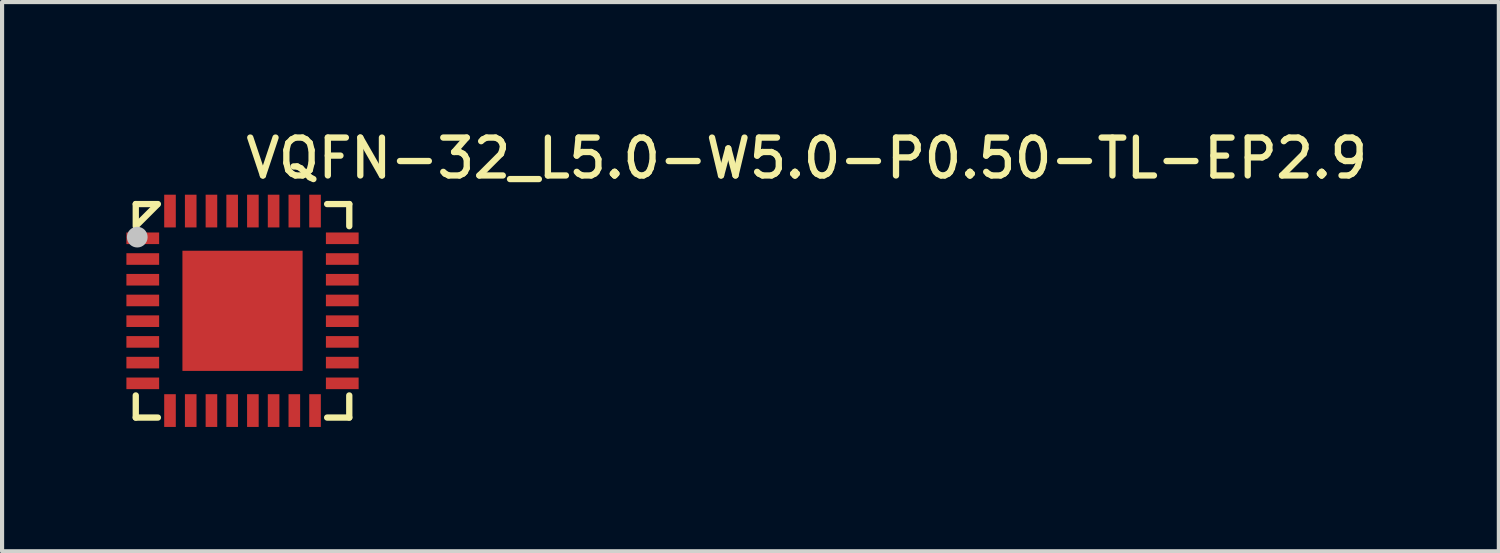
<source format=kicad_pcb>
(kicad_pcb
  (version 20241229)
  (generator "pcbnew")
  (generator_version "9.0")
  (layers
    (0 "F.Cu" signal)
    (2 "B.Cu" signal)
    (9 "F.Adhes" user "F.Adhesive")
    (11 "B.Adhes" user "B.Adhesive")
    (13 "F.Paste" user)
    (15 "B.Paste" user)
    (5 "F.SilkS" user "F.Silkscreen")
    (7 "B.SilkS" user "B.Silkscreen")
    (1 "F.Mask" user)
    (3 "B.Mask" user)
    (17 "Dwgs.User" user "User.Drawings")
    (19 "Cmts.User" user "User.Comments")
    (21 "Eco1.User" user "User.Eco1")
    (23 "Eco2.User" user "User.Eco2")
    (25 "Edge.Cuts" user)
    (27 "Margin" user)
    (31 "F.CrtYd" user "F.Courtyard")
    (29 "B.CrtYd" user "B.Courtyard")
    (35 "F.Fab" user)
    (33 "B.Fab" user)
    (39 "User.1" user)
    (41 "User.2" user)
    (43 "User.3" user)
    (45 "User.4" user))
  (footprint "VQFN-32_L5.0-W5.0-P0.50-TL-EP2.9"
    (layer "F.Cu")
    (at 2.802 4.45)
    (property "Reference" "VQFN-32_L5.0-W5.0-P0.50-TL-EP2.9" (at 0 -4.216 0) (layer "F.SilkS") (effects (font (size 0.914 0.914) (thickness 0.152)) (justify left top)))
    (fp_line (start -2.576 -2.576) (end -2.042 -2.576) (stroke (width 0.152) (type default)) (layer "F.SilkS"))
    (fp_line (start -2.576 -2.042) (end -2.576 -2.576) (stroke (width 0.152) (type default)) (layer "F.SilkS"))
    (fp_line (start -2.576 2.042) (end -2.576 2.576) (stroke (width 0.152) (type default)) (layer "F.SilkS"))
    (fp_line (start -2.576 2.576) (end -2.042 2.576) (stroke (width 0.152) (type default)) (layer "F.SilkS"))
    (fp_line (start -2.07 -2.549) (end -2.549 -2.07) (stroke (width 0.152) (type default)) (layer "F.SilkS"))
    (fp_line (start 2.576 -2.576) (end 2.042 -2.576) (stroke (width 0.152) (type default)) (layer "F.SilkS"))
    (fp_line (start 2.576 -2.042) (end 2.576 -2.576) (stroke (width 0.152) (type default)) (layer "F.SilkS"))
    (fp_line (start 2.576 2.042) (end 2.576 2.576) (stroke (width 0.152) (type default)) (layer "F.SilkS"))
    (fp_line (start 2.576 2.576) (end 2.042 2.576) (stroke (width 0.152) (type default)) (layer "F.SilkS"))
    (fp_circle (center -2.54 -1.778) (end -2.415 -1.778) (stroke (width 0.25) (type default)) (fill no) (layer "Dwgs.User"))
    (fp_circle (center -2.5 -2.5) (end -2.47 -2.5) (stroke (width 0.06) (type default)) (fill no) (layer "User.5"))
    (pad "1" smd rect (at -2.407 -1.75) (size 0.79 0.28) (layers "F.Cu" "F.Mask" "F.Paste"))
    (pad "2" smd rect (at -2.407 -1.25) (size 0.79 0.28) (layers "F.Cu" "F.Mask" "F.Paste"))
    (pad "3" smd rect (at -2.407 -0.75) (size 0.79 0.28) (layers "F.Cu" "F.Mask" "F.Paste"))
    (pad "4" smd rect (at -2.407 -0.25) (size 0.79 0.28) (layers "F.Cu" "F.Mask" "F.Paste"))
    (pad "5" smd rect (at -2.407 0.25) (size 0.79 0.28) (layers "F.Cu" "F.Mask" "F.Paste"))
    (pad "6" smd rect (at -2.407 0.75) (size 0.79 0.28) (layers "F.Cu" "F.Mask" "F.Paste"))
    (pad "7" smd rect (at -2.407 1.25) (size 0.79 0.28) (layers "F.Cu" "F.Mask" "F.Paste"))
    (pad "8" smd rect (at -2.407 1.75) (size 0.79 0.28) (layers "F.Cu" "F.Mask" "F.Paste"))
    (pad "9" smd rect (at -1.75 2.407) (size 0.28 0.79) (layers "F.Cu" "F.Mask" "F.Paste"))
    (pad "10" smd rect (at -1.25 2.407) (size 0.28 0.79) (layers "F.Cu" "F.Mask" "F.Paste"))
    (pad "11" smd rect (at -0.75 2.407) (size 0.28 0.79) (layers "F.Cu" "F.Mask" "F.Paste"))
    (pad "12" smd rect (at -0.25 2.407) (size 0.28 0.79) (layers "F.Cu" "F.Mask" "F.Paste"))
    (pad "13" smd rect (at 0.25 2.407) (size 0.28 0.79) (layers "F.Cu" "F.Mask" "F.Paste"))
    (pad "14" smd rect (at 0.75 2.407) (size 0.28 0.79) (layers "F.Cu" "F.Mask" "F.Paste"))
    (pad "15" smd rect (at 1.25 2.407) (size 0.28 0.79) (layers "F.Cu" "F.Mask" "F.Paste"))
    (pad "16" smd rect (at 1.75 2.407) (size 0.28 0.79) (layers "F.Cu" "F.Mask" "F.Paste"))
    (pad "17" smd rect (at 2.407 1.75) (size 0.79 0.28) (layers "F.Cu" "F.Mask" "F.Paste"))
    (pad "18" smd rect (at 2.407 1.25) (size 0.79 0.28) (layers "F.Cu" "F.Mask" "F.Paste"))
    (pad "19" smd rect (at 2.407 0.75) (size 0.79 0.28) (layers "F.Cu" "F.Mask" "F.Paste"))
    (pad "20" smd rect (at 2.407 0.25) (size 0.79 0.28) (layers "F.Cu" "F.Mask" "F.Paste"))
    (pad "21" smd rect (at 2.407 -0.25) (size 0.79 0.28) (layers "F.Cu" "F.Mask" "F.Paste"))
    (pad "22" smd rect (at 2.407 -0.75) (size 0.79 0.28) (layers "F.Cu" "F.Mask" "F.Paste"))
    (pad "23" smd rect (at 2.407 -1.25) (size 0.79 0.28) (layers "F.Cu" "F.Mask" "F.Paste"))
    (pad "24" smd rect (at 2.407 -1.75) (size 0.79 0.28) (layers "F.Cu" "F.Mask" "F.Paste"))
    (pad "25" smd rect (at 1.75 -2.407) (size 0.28 0.79) (layers "F.Cu" "F.Mask" "F.Paste"))
    (pad "26" smd rect (at 1.25 -2.407) (size 0.28 0.79) (layers "F.Cu" "F.Mask" "F.Paste"))
    (pad "27" smd rect (at 0.75 -2.407) (size 0.28 0.79) (layers "F.Cu" "F.Mask" "F.Paste"))
    (pad "28" smd rect (at 0.25 -2.407) (size 0.28 0.79) (layers "F.Cu" "F.Mask" "F.Paste"))
    (pad "29" smd rect (at -0.25 -2.407) (size 0.28 0.79) (layers "F.Cu" "F.Mask" "F.Paste"))
    (pad "30" smd rect (at -0.75 -2.407) (size 0.28 0.79) (layers "F.Cu" "F.Mask" "F.Paste"))
    (pad "31" smd rect (at -1.25 -2.407) (size 0.28 0.79) (layers "F.Cu" "F.Mask" "F.Paste"))
    (pad "32" smd rect (at -1.75 -2.407) (size 0.28 0.79) (layers "F.Cu" "F.Mask" "F.Paste"))
    (pad "33" smd rect (at 0 0) (size 2.9 2.9) (layers "F.Cu" "F.Mask" "F.Paste"))
    (zone (net_name "") (layer "F.SilkS") (hatch edge 0.5) (priority 100) (connect_pads yes) (min_thickness 0) (filled_areas_thickness no) (fill yes) (polygon (pts (xy 0.76 1.873) (xy 0.226 2.407) (xy 0.226 1.873))) (filled_polygon (layer "F.SilkS") (island) (pts (xy 0.76 1.873) (xy 0.226 2.407) (xy 0.226 1.873))))
    (zone (net_name "") (layer "F.Paste") (hatch edge 0.5) (priority 100) (connect_pads yes) (min_thickness 0) (filled_areas_thickness no) (fill yes) (polygon (pts (xy 0.79 2.839) (xy 0.79 2.559) (xy 0 2.559) (xy 0 2.839))) (filled_polygon (layer "F.Paste") (island) (pts (xy 0.79 2.839) (xy 0.79 2.559) (xy 0 2.559) (xy 0 2.839))))
    (zone (net_name "") (layer "F.Paste") (hatch edge 0.5) (priority 100) (connect_pads yes) (min_thickness 0) (filled_areas_thickness no) (fill yes) (polygon (pts (xy 0.79 3.34) (xy 0.79 3.06) (xy 0 3.06) (xy 0 3.34))) (filled_polygon (layer "F.Paste") (island) (pts (xy 0.79 3.34) (xy 0.79 3.06) (xy 0 3.06) (xy 0 3.34))))
    (zone (net_name "") (layer "F.Paste") (hatch edge 0.5) (priority 100) (connect_pads yes) (min_thickness 0) (filled_areas_thickness no) (fill yes) (polygon (pts (xy 0.79 3.839) (xy 0.79 3.559) (xy 0 3.559) (xy 0 3.839))) (filled_polygon (layer "F.Paste") (island) (pts (xy 0.79 3.839) (xy 0.79 3.559) (xy 0 3.559) (xy 0 3.839))))
    (zone (net_name "") (layer "F.Paste") (hatch edge 0.5) (priority 100) (connect_pads yes) (min_thickness 0) (filled_areas_thickness no) (fill yes) (polygon (pts (xy 0.79 4.34) (xy 0.79 4.06) (xy 0 4.06) (xy 0 4.34))) (filled_polygon (layer "F.Paste") (island) (pts (xy 0.79 4.34) (xy 0.79 4.06) (xy 0 4.06) (xy 0 4.34))))
    (zone (net_name "") (layer "F.Paste") (hatch edge 0.5) (priority 100) (connect_pads yes) (min_thickness 0) (filled_areas_thickness no) (fill yes) (polygon (pts (xy 0.79 4.839) (xy 0.79 4.559) (xy 0 4.559) (xy 0 4.839))) (filled_polygon (layer "F.Paste") (island) (pts (xy 0.79 4.839) (xy 0.79 4.559) (xy 0 4.559) (xy 0 4.839))))
    (zone (net_name "") (layer "F.Paste") (hatch edge 0.5) (priority 100) (connect_pads yes) (min_thickness 0) (filled_areas_thickness no) (fill yes) (polygon (pts (xy 0.79 5.34) (xy 0.79 5.06) (xy 0 5.06) (xy 0 5.34))) (filled_polygon (layer "F.Paste") (island) (pts (xy 0.79 5.34) (xy 0.79 5.06) (xy 0 5.06) (xy 0 5.34))))
    (zone (net_name "") (layer "F.Paste") (hatch edge 0.5) (priority 100) (connect_pads yes) (min_thickness 0) (filled_areas_thickness no) (fill yes) (polygon (pts (xy 0.79 5.839) (xy 0.79 5.559) (xy 0 5.559) (xy 0 5.839))) (filled_polygon (layer "F.Paste") (island) (pts (xy 0.79 5.839) (xy 0.79 5.559) (xy 0 5.559) (xy 0 5.839))))
    (zone (net_name "") (layer "F.Paste") (hatch edge 0.5) (priority 100) (connect_pads yes) (min_thickness 0) (filled_areas_thickness no) (fill yes) (polygon (pts (xy 0.79 6.34) (xy 0.79 6.06) (xy 0 6.06) (xy 0 6.34))) (filled_polygon (layer "F.Paste") (island) (pts (xy 0.79 6.34) (xy 0.79 6.06) (xy 0 6.06) (xy 0 6.34))))
    (zone (net_name "") (layer "F.Paste") (hatch edge 0.5) (priority 100) (connect_pads yes) (min_thickness 0) (filled_areas_thickness no) (fill yes) (polygon (pts (xy 1.192 1.647) (xy 0.912 1.647) (xy 0.912 2.437) (xy 1.192 2.437))) (filled_polygon (layer "F.Paste") (island) (pts (xy 1.192 1.647) (xy 0.912 1.647) (xy 0.912 2.437) (xy 1.192 2.437))))
    (zone (net_name "") (layer "F.Paste") (hatch edge 0.5) (priority 100) (connect_pads yes) (min_thickness 0) (filled_areas_thickness no) (fill yes) (polygon (pts (xy 1.192 6.462) (xy 0.912 6.462) (xy 0.912 7.252) (xy 1.192 7.252))) (filled_polygon (layer "F.Paste") (island) (pts (xy 1.192 6.462) (xy 0.912 6.462) (xy 0.912 7.252) (xy 1.192 7.252))))
    (zone (net_name "") (layer "F.Paste") (hatch edge 0.5) (priority 100) (connect_pads yes) (min_thickness 0) (filled_areas_thickness no) (fill yes) (polygon (pts (xy 1.642 3.29) (xy 3.962 3.29) (xy 3.962 5.61) (xy 1.642 5.61))) (filled_polygon (layer "F.Paste") (island) (pts (xy 1.642 3.29) (xy 3.962 3.29) (xy 3.962 5.61) (xy 1.642 5.61))))
    (zone (net_name "") (layer "F.Paste") (hatch edge 0.5) (priority 100) (connect_pads yes) (min_thickness 0) (filled_areas_thickness no) (fill yes) (polygon (pts (xy 1.692 1.647) (xy 1.413 1.647) (xy 1.413 2.437) (xy 1.692 2.437))) (filled_polygon (layer "F.Paste") (island) (pts (xy 1.692 1.647) (xy 1.413 1.647) (xy 1.413 2.437) (xy 1.692 2.437))))
    (zone (net_name "") (layer "F.Paste") (hatch edge 0.5) (priority 100) (connect_pads yes) (min_thickness 0) (filled_areas_thickness no) (fill yes) (polygon (pts (xy 1.692 6.462) (xy 1.413 6.462) (xy 1.413 7.252) (xy 1.692 7.252))) (filled_polygon (layer "F.Paste") (island) (pts (xy 1.692 6.462) (xy 1.413 6.462) (xy 1.413 7.252) (xy 1.692 7.252))))
    (zone (net_name "") (layer "F.Paste") (hatch edge 0.5) (priority 100) (connect_pads yes) (min_thickness 0) (filled_areas_thickness no) (fill yes) (polygon (pts (xy 2.192 1.647) (xy 1.912 1.647) (xy 1.912 2.437) (xy 2.192 2.437))) (filled_polygon (layer "F.Paste") (island) (pts (xy 2.192 1.647) (xy 1.912 1.647) (xy 1.912 2.437) (xy 2.192 2.437))))
    (zone (net_name "") (layer "F.Paste") (hatch edge 0.5) (priority 100) (connect_pads yes) (min_thickness 0) (filled_areas_thickness no) (fill yes) (polygon (pts (xy 2.192 6.462) (xy 1.912 6.462) (xy 1.912 7.252) (xy 2.192 7.252))) (filled_polygon (layer "F.Paste") (island) (pts (xy 2.192 6.462) (xy 1.912 6.462) (xy 1.912 7.252) (xy 2.192 7.252))))
    (zone (net_name "") (layer "F.Paste") (hatch edge 0.5) (priority 100) (connect_pads yes) (min_thickness 0) (filled_areas_thickness no) (fill yes) (polygon (pts (xy 2.692 1.647) (xy 2.413 1.647) (xy 2.413 2.437) (xy 2.692 2.437))) (filled_polygon (layer "F.Paste") (island) (pts (xy 2.692 1.647) (xy 2.413 1.647) (xy 2.413 2.437) (xy 2.692 2.437))))
    (zone (net_name "") (layer "F.Paste") (hatch edge 0.5) (priority 100) (connect_pads yes) (min_thickness 0) (filled_areas_thickness no) (fill yes) (polygon (pts (xy 2.692 6.462) (xy 2.413 6.462) (xy 2.413 7.252) (xy 2.692 7.252))) (filled_polygon (layer "F.Paste") (island) (pts (xy 2.692 6.462) (xy 2.413 6.462) (xy 2.413 7.252) (xy 2.692 7.252))))
    (zone (net_name "") (layer "F.Paste") (hatch edge 0.5) (priority 100) (connect_pads yes) (min_thickness 0) (filled_areas_thickness no) (fill yes) (polygon (pts (xy 3.192 1.647) (xy 2.912 1.647) (xy 2.912 2.437) (xy 3.192 2.437))) (filled_polygon (layer "F.Paste") (island) (pts (xy 3.192 1.647) (xy 2.912 1.647) (xy 2.912 2.437) (xy 3.192 2.437))))
    (zone (net_name "") (layer "F.Paste") (hatch edge 0.5) (priority 100) (connect_pads yes) (min_thickness 0) (filled_areas_thickness no) (fill yes) (polygon (pts (xy 3.192 6.462) (xy 2.912 6.462) (xy 2.912 7.252) (xy 3.192 7.252))) (filled_polygon (layer "F.Paste") (island) (pts (xy 3.192 6.462) (xy 2.912 6.462) (xy 2.912 7.252) (xy 3.192 7.252))))
    (zone (net_name "") (layer "F.Paste") (hatch edge 0.5) (priority 100) (connect_pads yes) (min_thickness 0) (filled_areas_thickness no) (fill yes) (polygon (pts (xy 3.692 1.647) (xy 3.413 1.647) (xy 3.413 2.437) (xy 3.692 2.437))) (filled_polygon (layer "F.Paste") (island) (pts (xy 3.692 1.647) (xy 3.413 1.647) (xy 3.413 2.437) (xy 3.692 2.437))))
    (zone (net_name "") (layer "F.Paste") (hatch edge 0.5) (priority 100) (connect_pads yes) (min_thickness 0) (filled_areas_thickness no) (fill yes) (polygon (pts (xy 3.692 6.462) (xy 3.413 6.462) (xy 3.413 7.252) (xy 3.692 7.252))) (filled_polygon (layer "F.Paste") (island) (pts (xy 3.692 6.462) (xy 3.413 6.462) (xy 3.413 7.252) (xy 3.692 7.252))))
    (zone (net_name "") (layer "F.Paste") (hatch edge 0.5) (priority 100) (connect_pads yes) (min_thickness 0) (filled_areas_thickness no) (fill yes) (polygon (pts (xy 4.192 1.647) (xy 3.912 1.647) (xy 3.912 2.437) (xy 4.192 2.437))) (filled_polygon (layer "F.Paste") (island) (pts (xy 4.192 1.647) (xy 3.912 1.647) (xy 3.912 2.437) (xy 4.192 2.437))))
    (zone (net_name "") (layer "F.Paste") (hatch edge 0.5) (priority 100) (connect_pads yes) (min_thickness 0) (filled_areas_thickness no) (fill yes) (polygon (pts (xy 4.192 6.462) (xy 3.912 6.462) (xy 3.912 7.252) (xy 4.192 7.252))) (filled_polygon (layer "F.Paste") (island) (pts (xy 4.192 6.462) (xy 3.912 6.462) (xy 3.912 7.252) (xy 4.192 7.252))))
    (zone (net_name "") (layer "F.Paste") (hatch edge 0.5) (priority 100) (connect_pads yes) (min_thickness 0) (filled_areas_thickness no) (fill yes) (polygon (pts (xy 4.692 1.647) (xy 4.412 1.647) (xy 4.412 2.437) (xy 4.692 2.437))) (filled_polygon (layer "F.Paste") (island) (pts (xy 4.692 1.647) (xy 4.412 1.647) (xy 4.412 2.437) (xy 4.692 2.437))))
    (zone (net_name "") (layer "F.Paste") (hatch edge 0.5) (priority 100) (connect_pads yes) (min_thickness 0) (filled_areas_thickness no) (fill yes) (polygon (pts (xy 4.692 6.462) (xy 4.412 6.462) (xy 4.412 7.252) (xy 4.692 7.252))) (filled_polygon (layer "F.Paste") (island) (pts (xy 4.692 6.462) (xy 4.412 6.462) (xy 4.412 7.252) (xy 4.692 7.252))))
    (zone (net_name "") (layer "F.Paste") (hatch edge 0.5) (priority 100) (connect_pads yes) (min_thickness 0) (filled_areas_thickness no) (fill yes) (polygon (pts (xy 5.605 2.839) (xy 5.605 2.559) (xy 4.815 2.559) (xy 4.815 2.839))) (filled_polygon (layer "F.Paste") (island) (pts (xy 5.605 2.839) (xy 5.605 2.559) (xy 4.815 2.559) (xy 4.815 2.839))))
    (zone (net_name "") (layer "F.Paste") (hatch edge 0.5) (priority 100) (connect_pads yes) (min_thickness 0) (filled_areas_thickness no) (fill yes) (polygon (pts (xy 5.605 3.34) (xy 5.605 3.06) (xy 4.815 3.06) (xy 4.815 3.34))) (filled_polygon (layer "F.Paste") (island) (pts (xy 5.605 3.34) (xy 5.605 3.06) (xy 4.815 3.06) (xy 4.815 3.34))))
    (zone (net_name "") (layer "F.Paste") (hatch edge 0.5) (priority 100) (connect_pads yes) (min_thickness 0) (filled_areas_thickness no) (fill yes) (polygon (pts (xy 5.605 3.839) (xy 5.605 3.559) (xy 4.815 3.559) (xy 4.815 3.839))) (filled_polygon (layer "F.Paste") (island) (pts (xy 5.605 3.839) (xy 5.605 3.559) (xy 4.815 3.559) (xy 4.815 3.839))))
    (zone (net_name "") (layer "F.Paste") (hatch edge 0.5) (priority 100) (connect_pads yes) (min_thickness 0) (filled_areas_thickness no) (fill yes) (polygon (pts (xy 5.605 4.34) (xy 5.605 4.06) (xy 4.815 4.06) (xy 4.815 4.34))) (filled_polygon (layer "F.Paste") (island) (pts (xy 5.605 4.34) (xy 5.605 4.06) (xy 4.815 4.06) (xy 4.815 4.34))))
    (zone (net_name "") (layer "F.Paste") (hatch edge 0.5) (priority 100) (connect_pads yes) (min_thickness 0) (filled_areas_thickness no) (fill yes) (polygon (pts (xy 5.605 4.839) (xy 5.605 4.559) (xy 4.815 4.559) (xy 4.815 4.839))) (filled_polygon (layer "F.Paste") (island) (pts (xy 5.605 4.839) (xy 5.605 4.559) (xy 4.815 4.559) (xy 4.815 4.839))))
    (zone (net_name "") (layer "F.Paste") (hatch edge 0.5) (priority 100) (connect_pads yes) (min_thickness 0) (filled_areas_thickness no) (fill yes) (polygon (pts (xy 5.605 5.34) (xy 5.605 5.06) (xy 4.815 5.06) (xy 4.815 5.34))) (filled_polygon (layer "F.Paste") (island) (pts (xy 5.605 5.34) (xy 5.605 5.06) (xy 4.815 5.06) (xy 4.815 5.34))))
    (zone (net_name "") (layer "F.Paste") (hatch edge 0.5) (priority 100) (connect_pads yes) (min_thickness 0) (filled_areas_thickness no) (fill yes) (polygon (pts (xy 5.605 5.839) (xy 5.605 5.559) (xy 4.815 5.559) (xy 4.815 5.839))) (filled_polygon (layer "F.Paste") (island) (pts (xy 5.605 5.839) (xy 5.605 5.559) (xy 4.815 5.559) (xy 4.815 5.839))))
    (zone (net_name "") (layer "F.Paste") (hatch edge 0.5) (priority 100) (connect_pads yes) (min_thickness 0) (filled_areas_thickness no) (fill yes) (polygon (pts (xy 5.605 6.34) (xy 5.605 6.06) (xy 4.815 6.06) (xy 4.815 6.34))) (filled_polygon (layer "F.Paste") (island) (pts (xy 5.605 6.34) (xy 5.605 6.06) (xy 4.815 6.06) (xy 4.815 6.34))))
    (zone (net_name "") (layer "User.3") (hatch edge 0.5) (priority 100) (connect_pads yes) (min_thickness 0) (filled_areas_thickness no) (fill yes) (polygon (pts (xy 0.302 6.95) (xy 5.302 6.95) (xy 5.302 1.95) (xy 0.302 1.95))) (filled_polygon (layer "User.3") (island) (pts (xy 0.302 6.95) (xy 5.302 6.95) (xy 5.302 1.95) (xy 0.302 1.95))))
    (zone (net_name "") (layer "User.4") (hatch edge 0.5) (priority 100) (connect_pads yes) (min_thickness 0) (filled_areas_thickness no) (fill yes) (polygon (pts (xy 0.302 2.825) (xy 0.702 2.825) (xy 0.702 2.575) (xy 0.302 2.575))) (filled_polygon (layer "User.4") (island) (pts (xy 0.302 2.825) (xy 0.702 2.825) (xy 0.702 2.575) (xy 0.302 2.575))))
    (zone (net_name "") (layer "User.4") (hatch edge 0.5) (priority 100) (connect_pads yes) (min_thickness 0) (filled_areas_thickness no) (fill yes) (polygon (pts (xy 0.302 3.325) (xy 0.702 3.325) (xy 0.702 3.075) (xy 0.302 3.075))) (filled_polygon (layer "User.4") (island) (pts (xy 0.302 3.325) (xy 0.702 3.325) (xy 0.702 3.075) (xy 0.302 3.075))))
    (zone (net_name "") (layer "User.4") (hatch edge 0.5) (priority 100) (connect_pads yes) (min_thickness 0) (filled_areas_thickness no) (fill yes) (polygon (pts (xy 0.302 3.825) (xy 0.702 3.825) (xy 0.702 3.575) (xy 0.302 3.575))) (filled_polygon (layer "User.4") (island) (pts (xy 0.302 3.825) (xy 0.702 3.825) (xy 0.702 3.575) (xy 0.302 3.575))))
    (zone (net_name "") (layer "User.4") (hatch edge 0.5) (priority 100) (connect_pads yes) (min_thickness 0) (filled_areas_thickness no) (fill yes) (polygon (pts (xy 0.302 4.325) (xy 0.702 4.325) (xy 0.702 4.075) (xy 0.302 4.075))) (filled_polygon (layer "User.4") (island) (pts (xy 0.302 4.325) (xy 0.702 4.325) (xy 0.702 4.075) (xy 0.302 4.075))))
    (zone (net_name "") (layer "User.4") (hatch edge 0.5) (priority 100) (connect_pads yes) (min_thickness 0) (filled_areas_thickness no) (fill yes) (polygon (pts (xy 0.302 4.825) (xy 0.702 4.825) (xy 0.702 4.575) (xy 0.302 4.575))) (filled_polygon (layer "User.4") (island) (pts (xy 0.302 4.825) (xy 0.702 4.825) (xy 0.702 4.575) (xy 0.302 4.575))))
    (zone (net_name "") (layer "User.4") (hatch edge 0.5) (priority 100) (connect_pads yes) (min_thickness 0) (filled_areas_thickness no) (fill yes) (polygon (pts (xy 0.302 5.325) (xy 0.702 5.325) (xy 0.702 5.075) (xy 0.302 5.075))) (filled_polygon (layer "User.4") (island) (pts (xy 0.302 5.325) (xy 0.702 5.325) (xy 0.702 5.075) (xy 0.302 5.075))))
    (zone (net_name "") (layer "User.4") (hatch edge 0.5) (priority 100) (connect_pads yes) (min_thickness 0) (filled_areas_thickness no) (fill yes) (polygon (pts (xy 0.302 5.825) (xy 0.702 5.825) (xy 0.702 5.575) (xy 0.302 5.575))) (filled_polygon (layer "User.4") (island) (pts (xy 0.302 5.825) (xy 0.702 5.825) (xy 0.702 5.575) (xy 0.302 5.575))))
    (zone (net_name "") (layer "User.4") (hatch edge 0.5) (priority 100) (connect_pads yes) (min_thickness 0) (filled_areas_thickness no) (fill yes) (polygon (pts (xy 0.302 6.325) (xy 0.702 6.325) (xy 0.702 6.075) (xy 0.302 6.075))) (filled_polygon (layer "User.4") (island) (pts (xy 0.302 6.325) (xy 0.702 6.325) (xy 0.702 6.075) (xy 0.302 6.075))))
    (zone (net_name "") (layer "User.4") (hatch edge 0.5) (priority 100) (connect_pads yes) (min_thickness 0) (filled_areas_thickness no) (fill yes) (polygon (pts (xy 0.927 1.95) (xy 1.177 1.95) (xy 1.177 2.35) (xy 0.927 2.35))) (filled_polygon (layer "User.4") (island) (pts (xy 0.927 1.95) (xy 1.177 1.95) (xy 1.177 2.35) (xy 0.927 2.35))))
    (zone (net_name "") (layer "User.4") (hatch edge 0.5) (priority 100) (connect_pads yes) (min_thickness 0) (filled_areas_thickness no) (fill yes) (polygon (pts (xy 0.927 6.95) (xy 1.177 6.95) (xy 1.177 6.55) (xy 0.927 6.55))) (filled_polygon (layer "User.4") (island) (pts (xy 0.927 6.95) (xy 1.177 6.95) (xy 1.177 6.55) (xy 0.927 6.55))))
    (zone (net_name "") (layer "User.4") (hatch edge 0.5) (priority 100) (connect_pads yes) (min_thickness 0) (filled_areas_thickness no) (fill yes) (polygon (pts (xy 1.352 3) (xy 4.252 3) (xy 4.252 5.9) (xy 1.352 5.9))) (filled_polygon (layer "User.4") (island) (pts (xy 1.352 3) (xy 4.252 3) (xy 4.252 5.9) (xy 1.352 5.9))))
    (zone (net_name "") (layer "User.4") (hatch edge 0.5) (priority 100) (connect_pads yes) (min_thickness 0) (filled_areas_thickness no) (fill yes) (polygon (pts (xy 1.427 1.95) (xy 1.677 1.95) (xy 1.677 2.35) (xy 1.427 2.35))) (filled_polygon (layer "User.4") (island) (pts (xy 1.427 1.95) (xy 1.677 1.95) (xy 1.677 2.35) (xy 1.427 2.35))))
    (zone (net_name "") (layer "User.4") (hatch edge 0.5) (priority 100) (connect_pads yes) (min_thickness 0) (filled_areas_thickness no) (fill yes) (polygon (pts (xy 1.427 6.95) (xy 1.677 6.95) (xy 1.677 6.55) (xy 1.427 6.55))) (filled_polygon (layer "User.4") (island) (pts (xy 1.427 6.95) (xy 1.677 6.95) (xy 1.677 6.55) (xy 1.427 6.55))))
    (zone (net_name "") (layer "User.4") (hatch edge 0.5) (priority 100) (connect_pads yes) (min_thickness 0) (filled_areas_thickness no) (fill yes) (polygon (pts (xy 1.927 1.95) (xy 2.177 1.95) (xy 2.177 2.35) (xy 1.927 2.35))) (filled_polygon (layer "User.4") (island) (pts (xy 1.927 1.95) (xy 2.177 1.95) (xy 2.177 2.35) (xy 1.927 2.35))))
    (zone (net_name "") (layer "User.4") (hatch edge 0.5) (priority 100) (connect_pads yes) (min_thickness 0) (filled_areas_thickness no) (fill yes) (polygon (pts (xy 1.927 6.95) (xy 2.177 6.95) (xy 2.177 6.55) (xy 1.927 6.55))) (filled_polygon (layer "User.4") (island) (pts (xy 1.927 6.95) (xy 2.177 6.95) (xy 2.177 6.55) (xy 1.927 6.55))))
    (zone (net_name "") (layer "User.4") (hatch edge 0.5) (priority 100) (connect_pads yes) (min_thickness 0) (filled_areas_thickness no) (fill yes) (polygon (pts (xy 2.427 1.95) (xy 2.677 1.95) (xy 2.677 2.35) (xy 2.427 2.35))) (filled_polygon (layer "User.4") (island) (pts (xy 2.427 1.95) (xy 2.677 1.95) (xy 2.677 2.35) (xy 2.427 2.35))))
    (zone (net_name "") (layer "User.4") (hatch edge 0.5) (priority 100) (connect_pads yes) (min_thickness 0) (filled_areas_thickness no) (fill yes) (polygon (pts (xy 2.427 6.95) (xy 2.677 6.95) (xy 2.677 6.55) (xy 2.427 6.55))) (filled_polygon (layer "User.4") (island) (pts (xy 2.427 6.95) (xy 2.677 6.95) (xy 2.677 6.55) (xy 2.427 6.55))))
    (zone (net_name "") (layer "User.4") (hatch edge 0.5) (priority 100) (connect_pads yes) (min_thickness 0) (filled_areas_thickness no) (fill yes) (polygon (pts (xy 2.927 1.95) (xy 3.177 1.95) (xy 3.177 2.35) (xy 2.927 2.35))) (filled_polygon (layer "User.4") (island) (pts (xy 2.927 1.95) (xy 3.177 1.95) (xy 3.177 2.35) (xy 2.927 2.35))))
    (zone (net_name "") (layer "User.4") (hatch edge 0.5) (priority 100) (connect_pads yes) (min_thickness 0) (filled_areas_thickness no) (fill yes) (polygon (pts (xy 2.927 6.95) (xy 3.177 6.95) (xy 3.177 6.55) (xy 2.927 6.55))) (filled_polygon (layer "User.4") (island) (pts (xy 2.927 6.95) (xy 3.177 6.95) (xy 3.177 6.55) (xy 2.927 6.55))))
    (zone (net_name "") (layer "User.4") (hatch edge 0.5) (priority 100) (connect_pads yes) (min_thickness 0) (filled_areas_thickness no) (fill yes) (polygon (pts (xy 3.427 1.95) (xy 3.677 1.95) (xy 3.677 2.35) (xy 3.427 2.35))) (filled_polygon (layer "User.4") (island) (pts (xy 3.427 1.95) (xy 3.677 1.95) (xy 3.677 2.35) (xy 3.427 2.35))))
    (zone (net_name "") (layer "User.4") (hatch edge 0.5) (priority 100) (connect_pads yes) (min_thickness 0) (filled_areas_thickness no) (fill yes) (polygon (pts (xy 3.427 6.95) (xy 3.677 6.95) (xy 3.677 6.55) (xy 3.427 6.55))) (filled_polygon (layer "User.4") (island) (pts (xy 3.427 6.95) (xy 3.677 6.95) (xy 3.677 6.55) (xy 3.427 6.55))))
    (zone (net_name "") (layer "User.4") (hatch edge 0.5) (priority 100) (connect_pads yes) (min_thickness 0) (filled_areas_thickness no) (fill yes) (polygon (pts (xy 3.927 1.95) (xy 4.177 1.95) (xy 4.177 2.35) (xy 3.927 2.35))) (filled_polygon (layer "User.4") (island) (pts (xy 3.927 1.95) (xy 4.177 1.95) (xy 4.177 2.35) (xy 3.927 2.35))))
    (zone (net_name "") (layer "User.4") (hatch edge 0.5) (priority 100) (connect_pads yes) (min_thickness 0) (filled_areas_thickness no) (fill yes) (polygon (pts (xy 3.927 6.95) (xy 4.177 6.95) (xy 4.177 6.55) (xy 3.927 6.55))) (filled_polygon (layer "User.4") (island) (pts (xy 3.927 6.95) (xy 4.177 6.95) (xy 4.177 6.55) (xy 3.927 6.55))))
    (zone (net_name "") (layer "User.4") (hatch edge 0.5) (priority 100) (connect_pads yes) (min_thickness 0) (filled_areas_thickness no) (fill yes) (polygon (pts (xy 4.427 1.95) (xy 4.677 1.95) (xy 4.677 2.35) (xy 4.427 2.35))) (filled_polygon (layer "User.4") (island) (pts (xy 4.427 1.95) (xy 4.677 1.95) (xy 4.677 2.35) (xy 4.427 2.35))))
    (zone (net_name "") (layer "User.4") (hatch edge 0.5) (priority 100) (connect_pads yes) (min_thickness 0) (filled_areas_thickness no) (fill yes) (polygon (pts (xy 4.427 6.95) (xy 4.677 6.95) (xy 4.677 6.55) (xy 4.427 6.55))) (filled_polygon (layer "User.4") (island) (pts (xy 4.427 6.95) (xy 4.677 6.95) (xy 4.677 6.55) (xy 4.427 6.55))))
    (zone (net_name "") (layer "User.4") (hatch edge 0.5) (priority 100) (connect_pads yes) (min_thickness 0) (filled_areas_thickness no) (fill yes) (polygon (pts (xy 5.302 2.825) (xy 4.902 2.825) (xy 4.902 2.575) (xy 5.302 2.575))) (filled_polygon (layer "User.4") (island) (pts (xy 5.302 2.825) (xy 4.902 2.825) (xy 4.902 2.575) (xy 5.302 2.575))))
    (zone (net_name "") (layer "User.4") (hatch edge 0.5) (priority 100) (connect_pads yes) (min_thickness 0) (filled_areas_thickness no) (fill yes) (polygon (pts (xy 5.302 3.325) (xy 4.902 3.325) (xy 4.902 3.075) (xy 5.302 3.075))) (filled_polygon (layer "User.4") (island) (pts (xy 5.302 3.325) (xy 4.902 3.325) (xy 4.902 3.075) (xy 5.302 3.075))))
    (zone (net_name "") (layer "User.4") (hatch edge 0.5) (priority 100) (connect_pads yes) (min_thickness 0) (filled_areas_thickness no) (fill yes) (polygon (pts (xy 5.302 3.825) (xy 4.902 3.825) (xy 4.902 3.575) (xy 5.302 3.575))) (filled_polygon (layer "User.4") (island) (pts (xy 5.302 3.825) (xy 4.902 3.825) (xy 4.902 3.575) (xy 5.302 3.575))))
    (zone (net_name "") (layer "User.4") (hatch edge 0.5) (priority 100) (connect_pads yes) (min_thickness 0) (filled_areas_thickness no) (fill yes) (polygon (pts (xy 5.302 4.325) (xy 4.902 4.325) (xy 4.902 4.075) (xy 5.302 4.075))) (filled_polygon (layer "User.4") (island) (pts (xy 5.302 4.325) (xy 4.902 4.325) (xy 4.902 4.075) (xy 5.302 4.075))))
    (zone (net_name "") (layer "User.4") (hatch edge 0.5) (priority 100) (connect_pads yes) (min_thickness 0) (filled_areas_thickness no) (fill yes) (polygon (pts (xy 5.302 4.825) (xy 4.902 4.825) (xy 4.902 4.575) (xy 5.302 4.575))) (filled_polygon (layer "User.4") (island) (pts (xy 5.302 4.825) (xy 4.902 4.825) (xy 4.902 4.575) (xy 5.302 4.575))))
    (zone (net_name "") (layer "User.4") (hatch edge 0.5) (priority 100) (connect_pads yes) (min_thickness 0) (filled_areas_thickness no) (fill yes) (polygon (pts (xy 5.302 5.325) (xy 4.902 5.325) (xy 4.902 5.075) (xy 5.302 5.075))) (filled_polygon (layer "User.4") (island) (pts (xy 5.302 5.325) (xy 4.902 5.325) (xy 4.902 5.075) (xy 5.302 5.075))))
    (zone (net_name "") (layer "User.4") (hatch edge 0.5) (priority 100) (connect_pads yes) (min_thickness 0) (filled_areas_thickness no) (fill yes) (polygon (pts (xy 5.302 5.825) (xy 4.902 5.825) (xy 4.902 5.575) (xy 5.302 5.575))) (filled_polygon (layer "User.4") (island) (pts (xy 5.302 5.825) (xy 4.902 5.825) (xy 4.902 5.575) (xy 5.302 5.575))))
    (zone (net_name "") (layer "User.4") (hatch edge 0.5) (priority 100) (connect_pads yes) (min_thickness 0) (filled_areas_thickness no) (fill yes) (polygon (pts (xy 5.302 6.325) (xy 4.902 6.325) (xy 4.902 6.075) (xy 5.302 6.075))) (filled_polygon (layer "User.4") (island) (pts (xy 5.302 6.325) (xy 4.902 6.325) (xy 4.902 6.075) (xy 5.302 6.075)))))
  (gr_rect
    (start -3 -3)
    (end 33.117 10.252)
    (stroke (width 0.1) (type default))
    (fill no)
    (layer "Edge.Cuts")))
</source>
